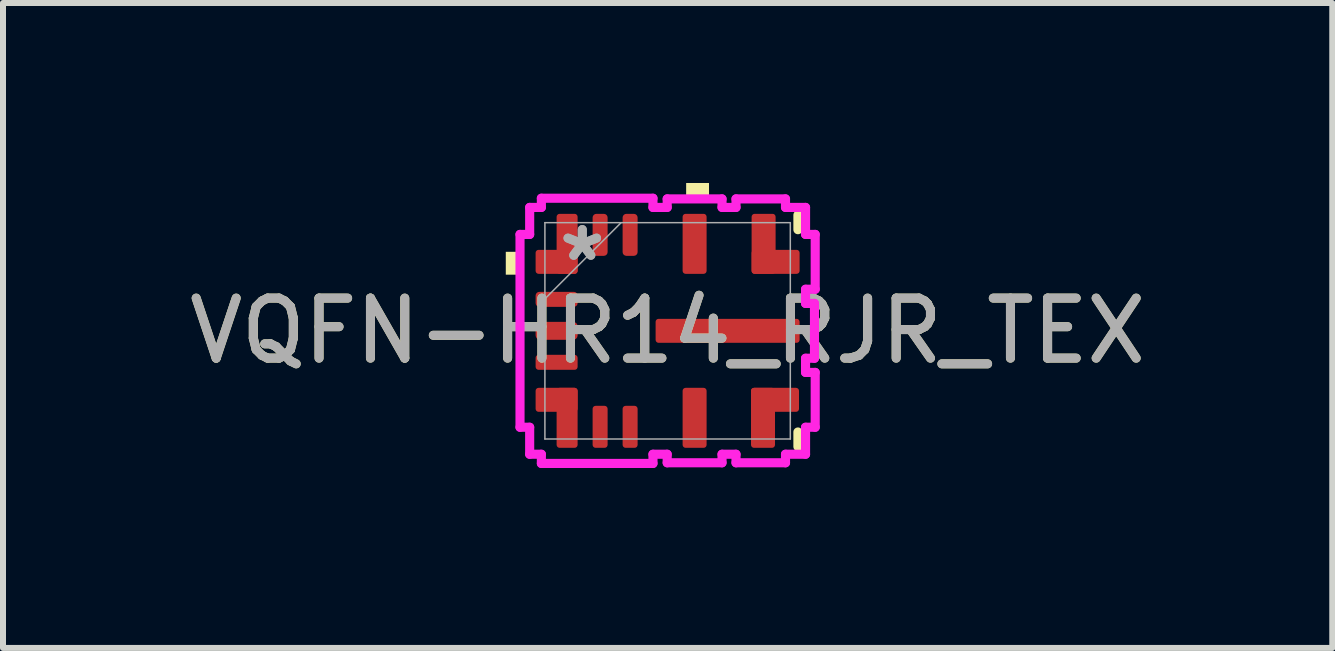
<source format=kicad_pcb>
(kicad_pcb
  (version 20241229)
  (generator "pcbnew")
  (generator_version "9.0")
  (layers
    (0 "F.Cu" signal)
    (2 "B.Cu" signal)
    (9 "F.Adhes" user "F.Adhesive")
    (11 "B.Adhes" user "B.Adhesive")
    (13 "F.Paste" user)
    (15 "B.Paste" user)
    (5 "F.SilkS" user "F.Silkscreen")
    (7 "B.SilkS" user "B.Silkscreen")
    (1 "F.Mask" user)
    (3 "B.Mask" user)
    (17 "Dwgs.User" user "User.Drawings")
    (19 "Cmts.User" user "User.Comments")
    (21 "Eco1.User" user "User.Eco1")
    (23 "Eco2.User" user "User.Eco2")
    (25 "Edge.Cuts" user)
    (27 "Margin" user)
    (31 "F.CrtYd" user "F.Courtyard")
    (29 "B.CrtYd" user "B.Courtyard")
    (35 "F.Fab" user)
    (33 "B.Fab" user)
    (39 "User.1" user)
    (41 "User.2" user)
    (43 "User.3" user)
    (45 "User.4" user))
  (footprint "VQFN-HR14_RJR_TEX"
    (layer "F.Cu")
    (at 8.077 2.464)
    (property "Reference" "VQFN-HR14_RJR_TEX" (at 0 0 0) (unlocked yes) (layer "F.SilkS") (effects (font (size 1 1) (thickness 0.15))))
    (attr smd)
    (fp_line (start 2.172 -1.93) (end 2.172 -1.686) (stroke (width 0.152) (type solid)) (layer "F.SilkS"))
    (fp_line (start 2.172 1.686) (end 2.172 1.93) (stroke (width 0.152) (type solid)) (layer "F.SilkS"))
    (fp_rect (start -2.697 -1.317) (end -2.443 -0.936) (stroke (width 0) (type solid)) (fill yes) (layer "F.SilkS"))
    (fp_poly (pts (xy 0.309 -2.21) (xy 0.309 -2.464) (xy 0.69 -2.464) (xy 0.69 -2.21)) (stroke (width 0) (type solid)) (fill yes) (layer "F.SilkS"))
    (fp_line (start -2.46 -1.607) (end -2.46 1.607) (stroke (width 0.152) (type solid)) (layer "F.CrtYd"))
    (fp_line (start -2.46 1.607) (end -2.299 1.607) (stroke (width 0.152) (type solid)) (layer "F.CrtYd"))
    (fp_line (start -2.299 -2.057) (end -2.299 -1.607) (stroke (width 0.152) (type solid)) (layer "F.CrtYd"))
    (fp_line (start -2.299 -1.607) (end -2.46 -1.607) (stroke (width 0.152) (type solid)) (layer "F.CrtYd"))
    (fp_line (start -2.299 1.607) (end -2.299 2.057) (stroke (width 0.152) (type solid)) (layer "F.CrtYd"))
    (fp_line (start -2.299 2.057) (end -2.104 2.057) (stroke (width 0.152) (type solid)) (layer "F.CrtYd"))
    (fp_line (start -2.104 -2.21) (end -2.104 -2.057) (stroke (width 0.152) (type solid)) (layer "F.CrtYd"))
    (fp_line (start -2.104 -2.057) (end -2.299 -2.057) (stroke (width 0.152) (type solid)) (layer "F.CrtYd"))
    (fp_line (start -2.104 2.057) (end -2.104 2.21) (stroke (width 0.152) (type solid)) (layer "F.CrtYd"))
    (fp_line (start -2.104 2.21) (end -0.244 2.21) (stroke (width 0.152) (type solid)) (layer "F.CrtYd"))
    (fp_line (start -0.244 -2.21) (end -2.104 -2.21) (stroke (width 0.152) (type solid)) (layer "F.CrtYd"))
    (fp_line (start -0.244 -2.057) (end -0.244 -2.21) (stroke (width 0.152) (type solid)) (layer "F.CrtYd"))
    (fp_line (start -0.244 2.057) (end -0.007 2.057) (stroke (width 0.152) (type solid)) (layer "F.CrtYd"))
    (fp_line (start -0.244 2.21) (end -0.244 2.057) (stroke (width 0.152) (type solid)) (layer "F.CrtYd"))
    (fp_line (start -0.007 -2.199) (end -0.007 -2.057) (stroke (width 0.152) (type solid)) (layer "F.CrtYd"))
    (fp_line (start -0.007 -2.057) (end -0.244 -2.057) (stroke (width 0.152) (type solid)) (layer "F.CrtYd"))
    (fp_line (start -0.007 2.057) (end -0.007 2.199) (stroke (width 0.152) (type solid)) (layer "F.CrtYd"))
    (fp_line (start -0.007 2.199) (end 0.907 2.199) (stroke (width 0.152) (type solid)) (layer "F.CrtYd"))
    (fp_line (start 0.907 -2.199) (end -0.007 -2.199) (stroke (width 0.152) (type solid)) (layer "F.CrtYd"))
    (fp_line (start 0.907 -2.057) (end 0.907 -2.199) (stroke (width 0.152) (type solid)) (layer "F.CrtYd"))
    (fp_line (start 0.907 2.057) (end 1.14 2.057) (stroke (width 0.152) (type solid)) (layer "F.CrtYd"))
    (fp_line (start 0.907 2.199) (end 0.907 2.057) (stroke (width 0.152) (type solid)) (layer "F.CrtYd"))
    (fp_line (start 1.14 -2.199) (end 1.14 -2.057) (stroke (width 0.152) (type solid)) (layer "F.CrtYd"))
    (fp_line (start 1.14 -2.057) (end 0.907 -2.057) (stroke (width 0.152) (type solid)) (layer "F.CrtYd"))
    (fp_line (start 1.14 2.057) (end 1.14 2.199) (stroke (width 0.152) (type solid)) (layer "F.CrtYd"))
    (fp_line (start 1.14 2.199) (end 1.965 2.199) (stroke (width 0.152) (type solid)) (layer "F.CrtYd"))
    (fp_line (start 1.965 -2.199) (end 1.14 -2.199) (stroke (width 0.152) (type solid)) (layer "F.CrtYd"))
    (fp_line (start 1.965 -2.057) (end 1.965 -2.199) (stroke (width 0.152) (type solid)) (layer "F.CrtYd"))
    (fp_line (start 1.965 2.057) (end 2.299 2.057) (stroke (width 0.152) (type solid)) (layer "F.CrtYd"))
    (fp_line (start 1.965 2.199) (end 1.965 2.057) (stroke (width 0.152) (type solid)) (layer "F.CrtYd"))
    (fp_line (start 2.299 -2.057) (end 1.965 -2.057) (stroke (width 0.152) (type solid)) (layer "F.CrtYd"))
    (fp_line (start 2.299 -1.607) (end 2.299 -2.057) (stroke (width 0.152) (type solid)) (layer "F.CrtYd"))
    (fp_line (start 2.299 -0.693) (end 2.46 -0.693) (stroke (width 0.152) (type solid)) (layer "F.CrtYd"))
    (fp_line (start 2.299 -0.457) (end 2.299 -0.693) (stroke (width 0.152) (type solid)) (layer "F.CrtYd"))
    (fp_line (start 2.299 0.457) (end 2.448 0.457) (stroke (width 0.152) (type solid)) (layer "F.CrtYd"))
    (fp_line (start 2.299 0.693) (end 2.299 0.457) (stroke (width 0.152) (type solid)) (layer "F.CrtYd"))
    (fp_line (start 2.299 1.607) (end 2.46 1.607) (stroke (width 0.152) (type solid)) (layer "F.CrtYd"))
    (fp_line (start 2.299 2.057) (end 2.299 1.607) (stroke (width 0.152) (type solid)) (layer "F.CrtYd"))
    (fp_line (start 2.448 -0.457) (end 2.299 -0.457) (stroke (width 0.152) (type solid)) (layer "F.CrtYd"))
    (fp_line (start 2.448 0.457) (end 2.448 -0.457) (stroke (width 0.152) (type solid)) (layer "F.CrtYd"))
    (fp_line (start 2.46 -1.607) (end 2.299 -1.607) (stroke (width 0.152) (type solid)) (layer "F.CrtYd"))
    (fp_line (start 2.46 -0.693) (end 2.46 -1.607) (stroke (width 0.152) (type solid)) (layer "F.CrtYd"))
    (fp_line (start 2.46 0.693) (end 2.299 0.693) (stroke (width 0.152) (type solid)) (layer "F.CrtYd"))
    (fp_line (start 2.46 1.607) (end 2.46 0.693) (stroke (width 0.152) (type solid)) (layer "F.CrtYd"))
    (fp_line (start -2.045 -1.803) (end -2.045 1.803) (stroke (width 0.025) (type solid)) (layer "F.Fab"))
    (fp_line (start -2.045 -0.533) (end -0.775 -1.803) (stroke (width 0.025) (type solid)) (layer "F.Fab"))
    (fp_line (start -2.045 1.803) (end 2.045 1.803) (stroke (width 0.025) (type solid)) (layer "F.Fab"))
    (fp_line (start 2.045 -1.803) (end -2.045 -1.803) (stroke (width 0.025) (type solid)) (layer "F.Fab"))
    (fp_line (start 2.045 1.803) (end 2.045 -1.803) (stroke (width 0.025) (type solid)) (layer "F.Fab"))
    (fp_text user "${REFERENCE}" (at 0 0 0) (unlocked yes) (layer "F.Fab") (effects (font (size 1 1) (thickness 0.15))))
    (fp_text user "*" (at -1.422 -1.143 0) (unlocked yes) (layer "F.Fab") (effects (font (size 1 1) (thickness 0.15))))
    (fp_text user "*" (at -1.422 -1.143 0) (layer "F.Fab") (effects (font (size 1 1) (thickness 0.15))))
    (pad "1" smd roundrect (at -1.85 -1.15 90) (size 0.4 0.7) (layers "F.Cu" "F.Mask" "F.Paste") (roundrect_rratio 0.125))
    (pad "1" smd roundrect (at -1.675 -1.45 270) (size 1 0.35) (layers "F.Cu" "F.Mask" "F.Paste") (roundrect_rratio 0.143))
    (pad "2" smd roundrect (at -1.85 -0.525 90) (size 0.25 0.7) (layers "F.Cu" "F.Mask" "F.Paste") (roundrect_rratio 0.25))
    (pad "3" smd roundrect (at -1.85 0 90) (size 0.3 0.7) (layers "F.Cu" "F.Mask" "F.Paste") (roundrect_rratio 0.25))
    (pad "4" smd roundrect (at -1.85 0.525 90) (size 0.25 0.7) (layers "F.Cu" "F.Mask" "F.Paste") (roundrect_rratio 0.2))
    (pad "5" smd roundrect (at -1.85 1.15 90) (size 0.4 0.7) (layers "F.Cu" "F.Mask" "F.Paste") (roundrect_rratio 0.125))
    (pad "5" smd roundrect (at -1.675 1.45 270) (size 1 0.35) (layers "F.Cu" "F.Mask" "F.Paste") (roundrect_rratio 0.143))
    (pad "6" smd roundrect (at -1.125 1.6) (size 0.25 0.7) (layers "F.Cu" "F.Mask" "F.Paste") (roundrect_rratio 0.2))
    (pad "7" smd roundrect (at -0.625 1.6) (size 0.25 0.7) (layers "F.Cu" "F.Mask" "F.Paste") (roundrect_rratio 0.2))
    (pad "8" smd roundrect (at 0.45 1.45) (size 0.4 1) (layers "F.Cu" "F.Mask" "F.Paste") (roundrect_rratio 0.125))
    (pad "9" smd roundrect (at 1.59 1.45) (size 0.4 1) (layers "F.Cu" "F.Mask" "F.Paste") (roundrect_rratio 0.125))
    (pad "9" smd roundrect (at 1.79 1.15 90) (size 0.4 0.8) (layers "F.Cu" "F.Mask" "F.Paste") (roundrect_rratio 0.125))
    (pad "10" smd roundrect (at 1 0 90) (size 0.4 2.4) (layers "F.Cu" "F.Mask" "F.Paste") (roundrect_rratio 0.125))
    (pad "11" smd roundrect (at 1.6 -1.45 180) (size 0.4 1) (layers "F.Cu" "F.Mask" "F.Paste") (roundrect_rratio 0.125))
    (pad "11" smd roundrect (at 1.8 -1.15 90) (size 0.4 0.8) (layers "F.Cu" "F.Mask" "F.Paste") (roundrect_rratio 0.125))
    (pad "12" smd roundrect (at 0.45 -1.45) (size 0.4 1) (layers "F.Cu" "F.Mask" "F.Paste") (roundrect_rratio 0.125))
    (pad "13" smd roundrect (at -0.625 -1.6) (size 0.25 0.7) (layers "F.Cu" "F.Mask" "F.Paste") (roundrect_rratio 0.25))
    (pad "14" smd roundrect (at -1.125 -1.6) (size 0.25 0.7) (layers "F.Cu" "F.Mask" "F.Paste") (roundrect_rratio 0.25)))
  (gr_rect
    (start -3 -3)
    (end 19.155 7.749)
    (stroke (width 0.1) (type default))
    (fill no)
    (layer "Edge.Cuts")))
</source>
